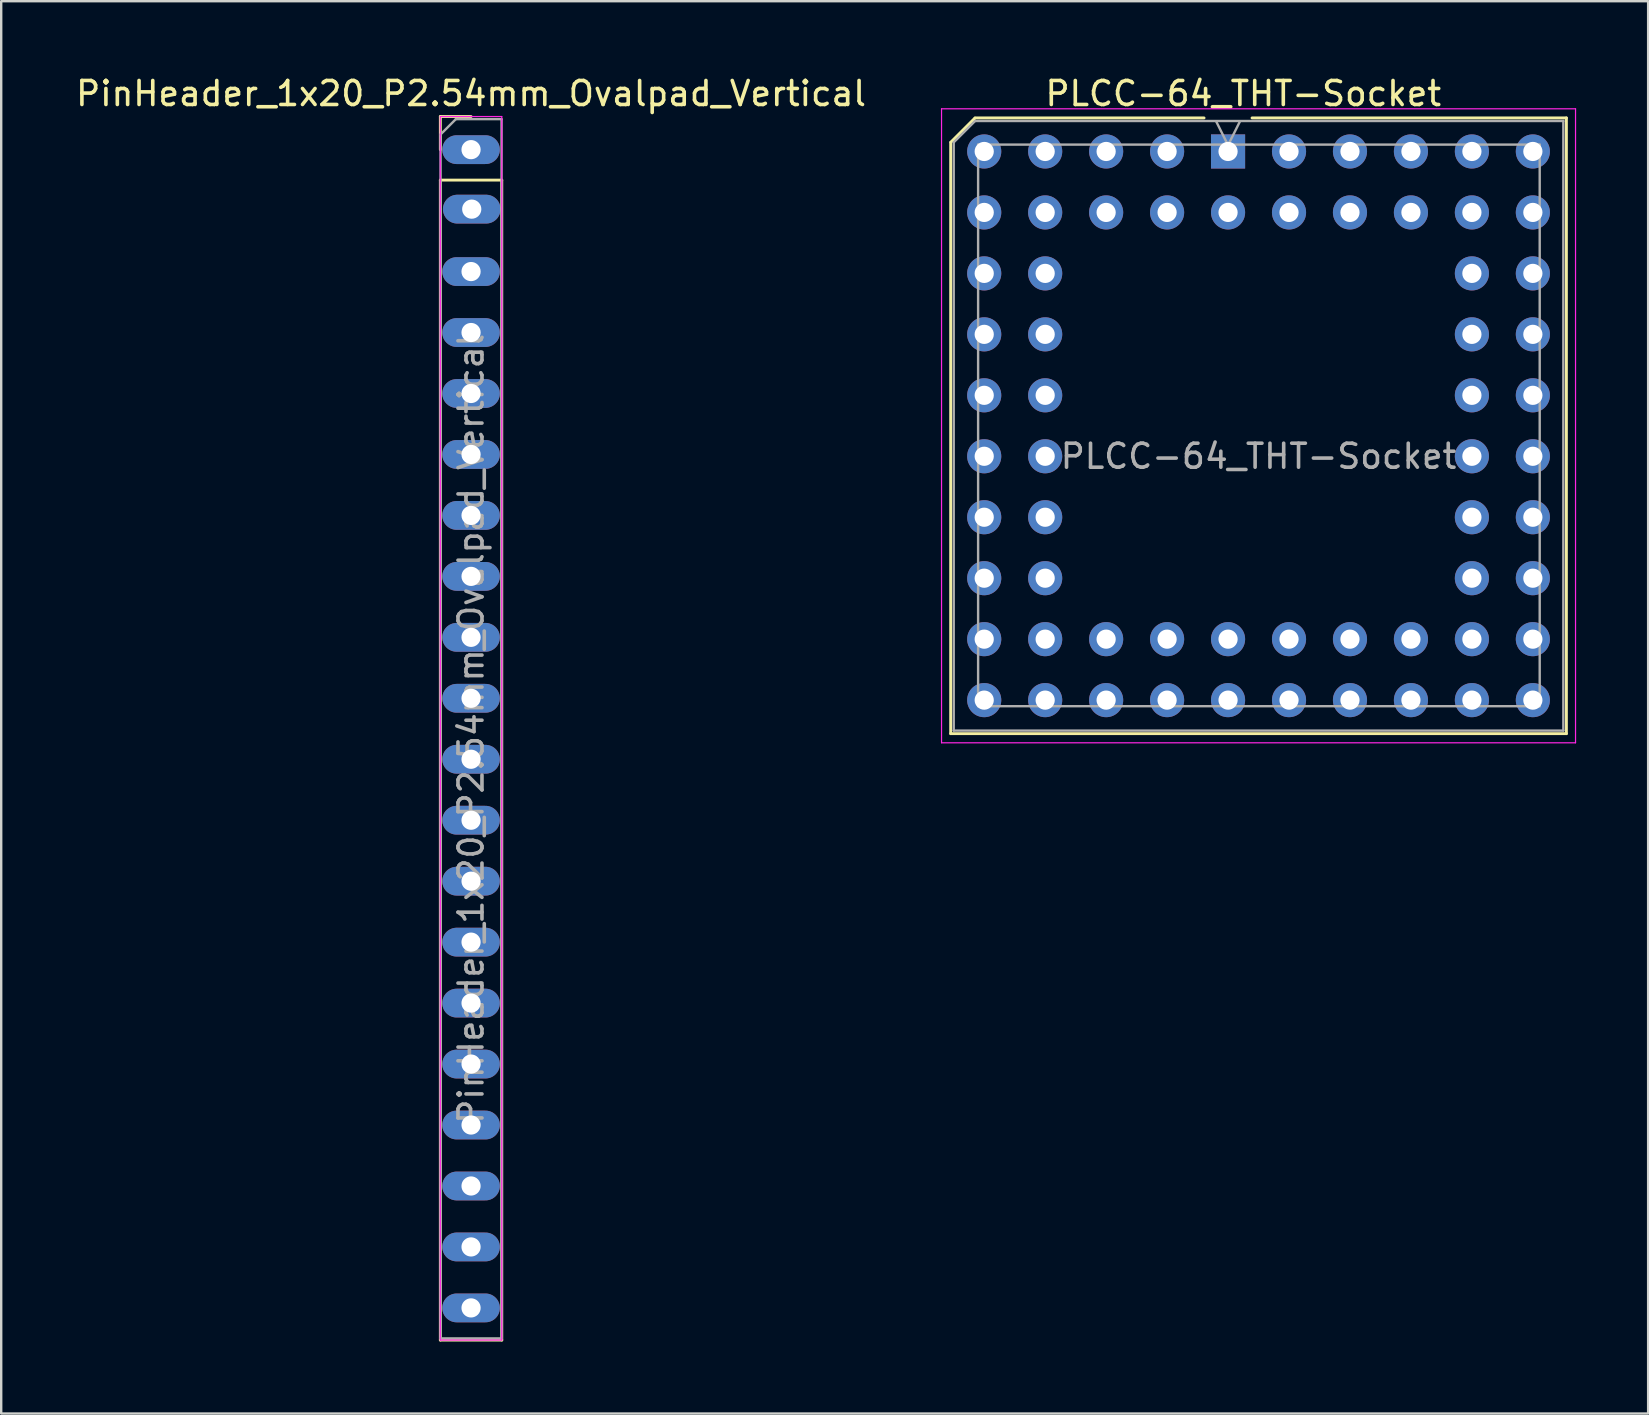
<source format=kicad_pcb>
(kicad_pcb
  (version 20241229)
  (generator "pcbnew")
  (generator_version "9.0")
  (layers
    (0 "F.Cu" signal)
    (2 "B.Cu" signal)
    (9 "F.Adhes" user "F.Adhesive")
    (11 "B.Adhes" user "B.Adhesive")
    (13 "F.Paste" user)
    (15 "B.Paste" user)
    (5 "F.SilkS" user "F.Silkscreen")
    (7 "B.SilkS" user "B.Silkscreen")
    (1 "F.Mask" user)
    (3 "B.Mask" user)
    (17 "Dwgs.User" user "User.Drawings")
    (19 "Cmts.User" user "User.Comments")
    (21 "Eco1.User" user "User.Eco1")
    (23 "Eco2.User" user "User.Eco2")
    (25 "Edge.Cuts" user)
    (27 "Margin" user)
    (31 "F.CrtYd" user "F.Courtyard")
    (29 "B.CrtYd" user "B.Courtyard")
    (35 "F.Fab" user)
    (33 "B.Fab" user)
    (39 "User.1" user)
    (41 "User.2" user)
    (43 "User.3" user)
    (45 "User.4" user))
  (footprint "PinHeader_1x20_P2.54mm_Ovalpad_Vertical"
    (layer "F.Cu")
    (at 16.577 3.185)
    (property "Reference" "PinHeader_1x20_P2.54mm_Ovalpad_Vertical" (at 0 -2.337 0) (layer "F.SilkS") (effects (font (size 1 1) (thickness 0.15))))
    (attr through_hole)
    (fp_line (start -1.28 -1.38) (end 0 -1.38) (stroke (width 0.12) (type solid)) (layer "F.SilkS"))
    (fp_line (start -1.28 0) (end -1.28 -1.38) (stroke (width 0.12) (type solid)) (layer "F.SilkS"))
    (fp_line (start -1.28 1.27) (end -1.28 49.6) (stroke (width 0.12) (type solid)) (layer "F.SilkS"))
    (fp_line (start -1.28 1.27) (end 1.28 1.27) (stroke (width 0.12) (type solid)) (layer "F.SilkS"))
    (fp_line (start -1.28 49.6) (end 1.28 49.6) (stroke (width 0.12) (type solid)) (layer "F.SilkS"))
    (fp_line (start 1.28 1.27) (end 1.28 49.6) (stroke (width 0.12) (type solid)) (layer "F.SilkS"))
    (fp_line (start -1.281 -1.38) (end -1.281 49.6) (stroke (width 0.05) (type solid)) (layer "F.CrtYd"))
    (fp_line (start 1.28 -1.38) (end -1.28 -1.38) (stroke (width 0.05) (type solid)) (layer "F.CrtYd"))
    (fp_line (start 1.28 49.6) (end -1.281 49.6) (stroke (width 0.05) (type solid)) (layer "F.CrtYd"))
    (fp_line (start 1.28 49.6) (end 1.28 -1.38) (stroke (width 0.05) (type solid)) (layer "F.CrtYd"))
    (fp_line (start -1.27 -0.635) (end -0.635 -1.27) (stroke (width 0.1) (type solid)) (layer "F.Fab"))
    (fp_line (start -1.27 49.53) (end -1.27 -0.635) (stroke (width 0.1) (type solid)) (layer "F.Fab"))
    (fp_line (start -0.635 -1.27) (end 1.27 -1.27) (stroke (width 0.1) (type solid)) (layer "F.Fab"))
    (fp_line (start 1.27 -1.27) (end 1.27 49.53) (stroke (width 0.1) (type solid)) (layer "F.Fab"))
    (fp_line (start 1.27 49.53) (end -1.27 49.53) (stroke (width 0.1) (type solid)) (layer "F.Fab"))
    (fp_text user "${REFERENCE}" (at 0 24.13 90) (layer "F.Fab") (effects (font (size 1 1) (thickness 0.15))))
    (pad "1" thru_hole oval (at 0 0) (size 2.4 1.2) (drill 0.8) (layers "*.Cu" "*.Mask"))
    (pad "2" thru_hole oval (at 0.028 2.479) (size 2.4 1.2) (drill 0.8) (layers "*.Cu" "*.Mask"))
    (pad "3" thru_hole oval (at 0 5.08) (size 2.4 1.2) (drill 0.8) (layers "*.Cu" "*.Mask"))
    (pad "4" thru_hole oval (at 0 7.62) (size 2.4 1.2) (drill 0.8) (layers "*.Cu" "*.Mask"))
    (pad "5" thru_hole oval (at 0 10.16) (size 2.4 1.2) (drill 0.8) (layers "*.Cu" "*.Mask"))
    (pad "6" thru_hole oval (at 0 12.7) (size 2.4 1.2) (drill 0.8) (layers "*.Cu" "*.Mask"))
    (pad "7" thru_hole oval (at 0 15.24) (size 2.4 1.2) (drill 0.8) (layers "*.Cu" "*.Mask"))
    (pad "8" thru_hole oval (at 0 17.78) (size 2.4 1.2) (drill 0.8) (layers "*.Cu" "*.Mask"))
    (pad "9" thru_hole oval (at 0 20.32) (size 2.4 1.2) (drill 0.8) (layers "*.Cu" "*.Mask"))
    (pad "10" thru_hole oval (at 0 22.86) (size 2.4 1.2) (drill 0.8) (layers "*.Cu" "*.Mask"))
    (pad "11" thru_hole oval (at 0 25.4) (size 2.4 1.2) (drill 0.8) (layers "*.Cu" "*.Mask"))
    (pad "12" thru_hole oval (at 0 27.94) (size 2.4 1.2) (drill 0.8) (layers "*.Cu" "*.Mask"))
    (pad "13" thru_hole oval (at 0 30.48) (size 2.4 1.2) (drill 0.8) (layers "*.Cu" "*.Mask"))
    (pad "14" thru_hole oval (at 0 33.02) (size 2.4 1.2) (drill 0.8) (layers "*.Cu" "*.Mask"))
    (pad "15" thru_hole oval (at 0 35.56) (size 2.4 1.2) (drill 0.8) (layers "*.Cu" "*.Mask"))
    (pad "16" thru_hole oval (at 0 38.1) (size 2.4 1.2) (drill 0.8) (layers "*.Cu" "*.Mask"))
    (pad "17" thru_hole oval (at 0 40.64) (size 2.4 1.2) (drill 0.8) (layers "*.Cu" "*.Mask"))
    (pad "18" thru_hole oval (at 0 43.18) (size 2.4 1.2) (drill 0.8) (layers "*.Cu" "*.Mask"))
    (pad "19" thru_hole oval (at 0 45.72) (size 2.4 1.2) (drill 0.8) (layers "*.Cu" "*.Mask"))
    (pad "20" thru_hole oval (at 0 48.26) (size 2.4 1.2) (drill 0.8) (layers "*.Cu" "*.Mask")))
  (footprint "PLCC-64_THT-Socket"
    (layer "F.Cu")
    (at 49.388 14.691)
    (property "Reference" "PLCC-64_THT-Socket" (at -0.635 -13.843 0) (layer "F.SilkS") (effects (font (size 1 1) (thickness 0.15))))
    (attr through_hole)
    (fp_line (start -12.827 -11.811) (end -12.827 12.827) (stroke (width 0.12) (type solid)) (layer "F.SilkS"))
    (fp_line (start -12.827 12.827) (end 12.827 12.827) (stroke (width 0.12) (type solid)) (layer "F.SilkS"))
    (fp_line (start -11.819 -12.819) (end -12.819 -11.819) (stroke (width 0.12) (type solid)) (layer "F.SilkS"))
    (fp_line (start -2.27 -12.827) (end -11.811 -12.827) (stroke (width 0.12) (type solid)) (layer "F.SilkS"))
    (fp_line (start 12.827 -12.827) (end -0.27 -12.827) (stroke (width 0.12) (type solid)) (layer "F.SilkS"))
    (fp_line (start 12.827 12.827) (end 12.827 -12.827) (stroke (width 0.12) (type solid)) (layer "F.SilkS"))
    (fp_line (start -13.208 -13.208) (end -13.208 13.208) (stroke (width 0.05) (type solid)) (layer "F.CrtYd"))
    (fp_line (start -13.208 13.208) (end 13.208 13.208) (stroke (width 0.05) (type solid)) (layer "F.CrtYd"))
    (fp_line (start 13.208 -13.208) (end -13.208 -13.208) (stroke (width 0.05) (type solid)) (layer "F.CrtYd"))
    (fp_line (start 13.208 13.208) (end 13.208 -13.208) (stroke (width 0.05) (type solid)) (layer "F.CrtYd"))
    (fp_line (start -12.7 -11.811) (end -12.7 12.7) (stroke (width 0.1) (type solid)) (layer "F.Fab"))
    (fp_line (start -12.7 12.7) (end 12.7 12.7) (stroke (width 0.1) (type solid)) (layer "F.Fab"))
    (fp_line (start -11.819 -12.692) (end -12.7 -11.811) (stroke (width 0.1) (type solid)) (layer "F.Fab"))
    (fp_line (start -11.684 -11.715) (end -11.684 11.684) (stroke (width 0.1) (type solid)) (layer "F.Fab"))
    (fp_line (start -11.684 11.684) (end 11.715 11.684) (stroke (width 0.1) (type solid)) (layer "F.Fab"))
    (fp_line (start -1.77 -12.692) (end -1.27 -11.692) (stroke (width 0.1) (type solid)) (layer "F.Fab"))
    (fp_line (start -1.27 -11.692) (end -0.77 -12.692) (stroke (width 0.1) (type solid)) (layer "F.Fab"))
    (fp_line (start 11.715 -11.715) (end -11.684 -11.715) (stroke (width 0.1) (type solid)) (layer "F.Fab"))
    (fp_line (start 11.715 11.684) (end 11.715 -11.715) (stroke (width 0.1) (type solid)) (layer "F.Fab"))
    (fp_line (start 12.7 -12.7) (end -11.811 -12.7) (stroke (width 0.1) (type solid)) (layer "F.Fab"))
    (fp_line (start 12.7 12.7) (end 12.7 -12.7) (stroke (width 0.1) (type solid)) (layer "F.Fab"))
    (fp_text user "${REFERENCE}" (at 0 1.27 0) (layer "F.Fab") (effects (font (size 1 1) (thickness 0.15))))
    (pad "A1" thru_hole circle (at -11.43 -11.43) (size 1.422 1.422) (drill 0.8) (layers "*.Cu" "*.Mask"))
    (pad "A2" thru_hole circle (at -8.89 -11.43) (size 1.422 1.422) (drill 0.8) (layers "*.Cu" "*.Mask"))
    (pad "A3" thru_hole circle (at -6.35 -11.43) (size 1.422 1.422) (drill 0.8) (layers "*.Cu" "*.Mask"))
    (pad "A4" thru_hole circle (at -3.81 -11.43) (size 1.422 1.422) (drill 0.8) (layers "*.Cu" "*.Mask"))
    (pad "A5" thru_hole rect (at -1.27 -11.43) (size 1.422 1.422) (drill 0.8) (layers "*.Cu" "*.Mask"))
    (pad "A6" thru_hole circle (at 1.27 -11.43 90) (size 1.422 1.422) (drill 0.8) (layers "*.Cu" "*.Mask"))
    (pad "A7" thru_hole circle (at 3.81 -11.43 90) (size 1.422 1.422) (drill 0.8) (layers "*.Cu" "*.Mask"))
    (pad "A8" thru_hole circle (at 6.35 -11.43) (size 1.422 1.422) (drill 0.8) (layers "*.Cu" "*.Mask"))
    (pad "A9" thru_hole circle (at 8.89 -11.43) (size 1.422 1.422) (drill 0.8) (layers "*.Cu" "*.Mask"))
    (pad "A10" thru_hole circle (at 11.43 -11.43) (size 1.422 1.422) (drill 0.8) (layers "*.Cu" "*.Mask"))
    (pad "B1" thru_hole circle (at -11.43 -8.89) (size 1.422 1.422) (drill 0.8) (layers "*.Cu" "*.Mask"))
    (pad "B2" thru_hole circle (at -8.89 -8.89) (size 1.422 1.422) (drill 0.8) (layers "*.Cu" "*.Mask"))
    (pad "B3" thru_hole circle (at -6.35 -8.89) (size 1.422 1.422) (drill 0.8) (layers "*.Cu" "*.Mask"))
    (pad "B4" thru_hole circle (at -3.81 -8.89) (size 1.422 1.422) (drill 0.8) (layers "*.Cu" "*.Mask"))
    (pad "B5" thru_hole circle (at -1.27 -8.89) (size 1.422 1.422) (drill 0.8) (layers "*.Cu" "*.Mask"))
    (pad "B6" thru_hole circle (at 1.27 -8.89) (size 1.422 1.422) (drill 0.8) (layers "*.Cu" "*.Mask"))
    (pad "B7" thru_hole circle (at 3.81 -8.89 90) (size 1.422 1.422) (drill 0.8) (layers "*.Cu" "*.Mask"))
    (pad "B8" thru_hole circle (at 6.35 -8.89 90) (size 1.422 1.422) (drill 0.8) (layers "*.Cu" "*.Mask"))
    (pad "B9" thru_hole circle (at 8.89 -8.89) (size 1.422 1.422) (drill 0.8) (layers "*.Cu" "*.Mask"))
    (pad "B10" thru_hole circle (at 11.43 -8.89) (size 1.422 1.422) (drill 0.8) (layers "*.Cu" "*.Mask"))
    (pad "C1" thru_hole circle (at -11.43 -6.35) (size 1.422 1.422) (drill 0.8) (layers "*.Cu" "*.Mask"))
    (pad "C2" thru_hole circle (at -8.89 -6.35) (size 1.422 1.422) (drill 0.8) (layers "*.Cu" "*.Mask"))
    (pad "C9" thru_hole circle (at 8.89 -6.35) (size 1.422 1.422) (drill 0.8) (layers "*.Cu" "*.Mask"))
    (pad "C10" thru_hole circle (at 11.43 -6.35) (size 1.422 1.422) (drill 0.8) (layers "*.Cu" "*.Mask"))
    (pad "D1" thru_hole circle (at -11.43 -3.81) (size 1.422 1.422) (drill 0.8) (layers "*.Cu" "*.Mask"))
    (pad "D2" thru_hole circle (at -8.89 -3.81) (size 1.422 1.422) (drill 0.8) (layers "*.Cu" "*.Mask"))
    (pad "D9" thru_hole circle (at 8.89 -3.81) (size 1.422 1.422) (drill 0.8) (layers "*.Cu" "*.Mask"))
    (pad "D10" thru_hole circle (at 11.43 -3.81) (size 1.422 1.422) (drill 0.8) (layers "*.Cu" "*.Mask"))
    (pad "E1" thru_hole circle (at -11.43 -1.27) (size 1.422 1.422) (drill 0.8) (layers "*.Cu" "*.Mask"))
    (pad "E2" thru_hole circle (at -8.89 -1.27) (size 1.422 1.422) (drill 0.8) (layers "*.Cu" "*.Mask"))
    (pad "E9" thru_hole circle (at 8.89 -1.27) (size 1.422 1.422) (drill 0.8) (layers "*.Cu" "*.Mask"))
    (pad "E10" thru_hole circle (at 11.43 -1.27) (size 1.422 1.422) (drill 0.8) (layers "*.Cu" "*.Mask"))
    (pad "F1" thru_hole circle (at -11.43 1.27) (size 1.422 1.422) (drill 0.8) (layers "*.Cu" "*.Mask"))
    (pad "F2" thru_hole circle (at -8.89 1.27) (size 1.422 1.422) (drill 0.8) (layers "*.Cu" "*.Mask"))
    (pad "F9" thru_hole circle (at 8.89 1.27 90) (size 1.422 1.422) (drill 0.8) (layers "*.Cu" "*.Mask"))
    (pad "F10" thru_hole circle (at 11.43 1.27 90) (size 1.422 1.422) (drill 0.8) (layers "*.Cu" "*.Mask"))
    (pad "G1" thru_hole circle (at -11.43 3.81) (size 1.422 1.422) (drill 0.8) (layers "*.Cu" "*.Mask"))
    (pad "G2" thru_hole circle (at -8.89 3.81) (size 1.422 1.422) (drill 0.8) (layers "*.Cu" "*.Mask"))
    (pad "G9" thru_hole circle (at 8.89 3.81 90) (size 1.422 1.422) (drill 0.8) (layers "*.Cu" "*.Mask"))
    (pad "G10" thru_hole circle (at 11.43 3.81 90) (size 1.422 1.422) (drill 0.8) (layers "*.Cu" "*.Mask"))
    (pad "H1" thru_hole circle (at -11.43 6.35) (size 1.422 1.422) (drill 0.8) (layers "*.Cu" "*.Mask"))
    (pad "H2" thru_hole circle (at -8.89 6.35) (size 1.422 1.422) (drill 0.8) (layers "*.Cu" "*.Mask"))
    (pad "H9" thru_hole circle (at 8.89 6.35 90) (size 1.422 1.422) (drill 0.8) (layers "*.Cu" "*.Mask"))
    (pad "H10" thru_hole circle (at 11.43 6.35 90) (size 1.422 1.422) (drill 0.8) (layers "*.Cu" "*.Mask"))
    (pad "I1" thru_hole circle (at -11.43 8.89) (size 1.422 1.422) (drill 0.8) (layers "*.Cu" "*.Mask"))
    (pad "I2" thru_hole circle (at -8.89 8.89) (size 1.422 1.422) (drill 0.8) (layers "*.Cu" "*.Mask"))
    (pad "I3" thru_hole circle (at -6.35 8.89) (size 1.422 1.422) (drill 0.8) (layers "*.Cu" "*.Mask"))
    (pad "I4" thru_hole circle (at -3.81 8.89) (size 1.422 1.422) (drill 0.8) (layers "*.Cu" "*.Mask"))
    (pad "I5" thru_hole circle (at -1.27 8.89) (size 1.422 1.422) (drill 0.8) (layers "*.Cu" "*.Mask"))
    (pad "I6" thru_hole circle (at 1.27 8.89) (size 1.422 1.422) (drill 0.8) (layers "*.Cu" "*.Mask"))
    (pad "I7" thru_hole circle (at 3.81 8.89) (size 1.422 1.422) (drill 0.8) (layers "*.Cu" "*.Mask"))
    (pad "I8" thru_hole circle (at 6.35 8.89) (size 1.422 1.422) (drill 0.8) (layers "*.Cu" "*.Mask"))
    (pad "I9" thru_hole circle (at 8.89 8.89) (size 1.422 1.422) (drill 0.8) (layers "*.Cu" "*.Mask"))
    (pad "I10" thru_hole circle (at 11.43 8.89) (size 1.422 1.422) (drill 0.8) (layers "*.Cu" "*.Mask"))
    (pad "J1" thru_hole circle (at -11.43 11.43) (size 1.422 1.422) (drill 0.8) (layers "*.Cu" "*.Mask"))
    (pad "J2" thru_hole circle (at -8.89 11.43) (size 1.422 1.422) (drill 0.8) (layers "*.Cu" "*.Mask"))
    (pad "J3" thru_hole circle (at -6.35 11.43) (size 1.422 1.422) (drill 0.8) (layers "*.Cu" "*.Mask"))
    (pad "J4" thru_hole circle (at -3.81 11.43) (size 1.422 1.422) (drill 0.8) (layers "*.Cu" "*.Mask"))
    (pad "J5" thru_hole circle (at -1.27 11.43) (size 1.422 1.422) (drill 0.8) (layers "*.Cu" "*.Mask"))
    (pad "J6" thru_hole circle (at 1.27 11.43) (size 1.422 1.422) (drill 0.8) (layers "*.Cu" "*.Mask"))
    (pad "J7" thru_hole circle (at 3.81 11.43) (size 1.422 1.422) (drill 0.8) (layers "*.Cu" "*.Mask"))
    (pad "J8" thru_hole circle (at 6.35 11.43) (size 1.422 1.422) (drill 0.8) (layers "*.Cu" "*.Mask"))
    (pad "J9" thru_hole circle (at 8.89 11.43) (size 1.422 1.422) (drill 0.8) (layers "*.Cu" "*.Mask"))
    (pad "J10" thru_hole circle (at 11.43 11.43) (size 1.422 1.422) (drill 0.8) (layers "*.Cu" "*.Mask")))
  (gr_rect
    (start -3 -3)
    (end 65.621 55.845)
    (stroke (width 0.1) (type default))
    (fill no)
    (layer "Edge.Cuts")))
</source>
